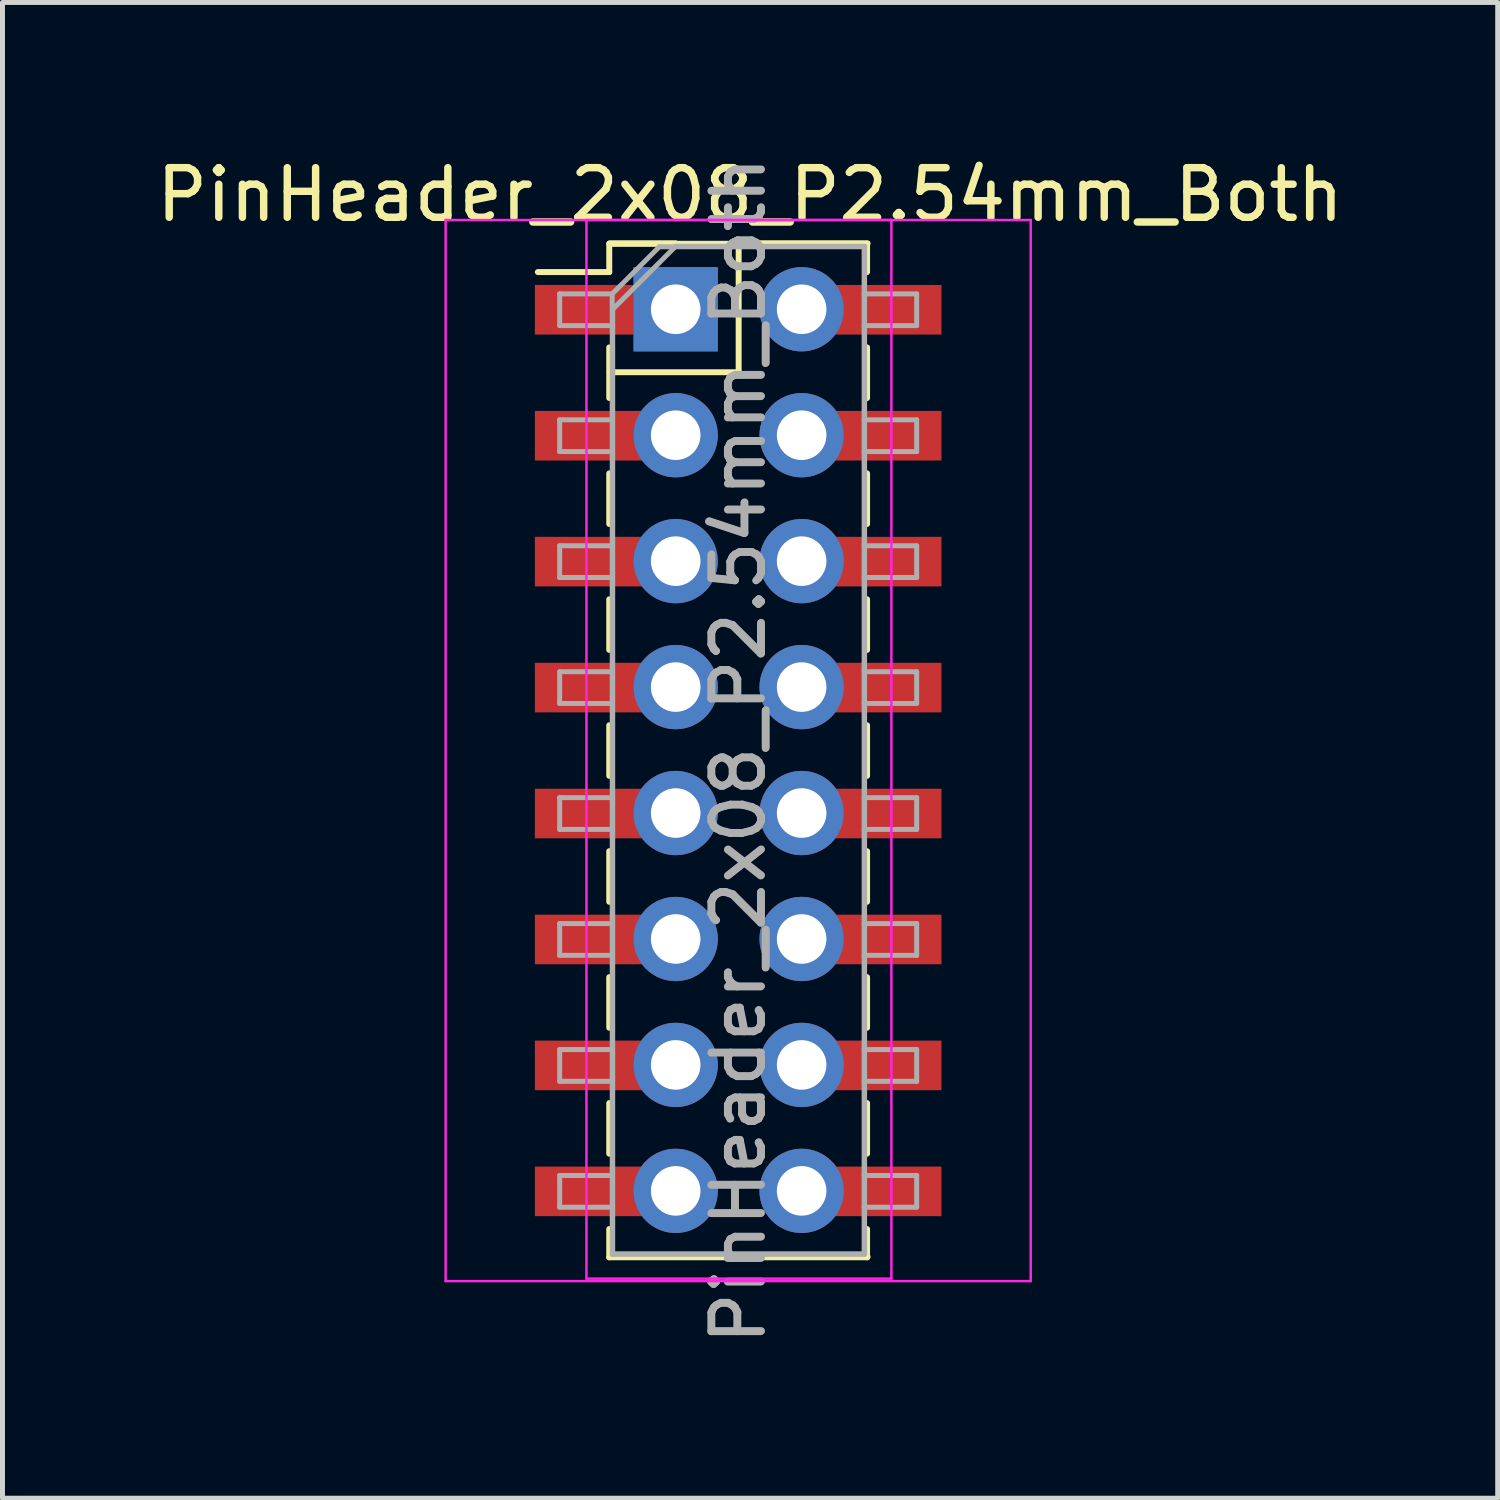
<source format=kicad_pcb>
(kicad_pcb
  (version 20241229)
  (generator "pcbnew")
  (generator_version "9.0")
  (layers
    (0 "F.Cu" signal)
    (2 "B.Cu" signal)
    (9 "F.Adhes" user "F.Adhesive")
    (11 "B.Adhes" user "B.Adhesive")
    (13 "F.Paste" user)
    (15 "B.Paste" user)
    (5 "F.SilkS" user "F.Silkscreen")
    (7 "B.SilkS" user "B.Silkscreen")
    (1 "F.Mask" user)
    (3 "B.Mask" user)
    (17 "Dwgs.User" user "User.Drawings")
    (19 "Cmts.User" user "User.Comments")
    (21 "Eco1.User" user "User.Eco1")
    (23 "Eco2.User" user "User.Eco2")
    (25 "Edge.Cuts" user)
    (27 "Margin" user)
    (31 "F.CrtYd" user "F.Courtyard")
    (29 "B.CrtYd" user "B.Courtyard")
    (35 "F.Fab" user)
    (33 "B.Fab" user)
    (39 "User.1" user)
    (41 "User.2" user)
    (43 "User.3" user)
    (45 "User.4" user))
  (footprint "PinHeader_2x08_P2.54mm_Both"
    (layer "F.Cu")
    (at 10.577 3.187)
    (property "Reference" "PinHeader_2x08_P2.54mm_Both" (at 1.5 -2.31 0) (layer "F.SilkS") (effects (font (size 1 1) (thickness 0.15))))
    (attr through_hole)
    (fp_line (start -2.78 -0.75) (end -1.34 -0.75) (stroke (width 0.12) (type solid)) (layer "F.SilkS"))
    (fp_line (start -1.34 -1.32) (end -1.34 -0.75) (stroke (width 0.12) (type solid)) (layer "F.SilkS"))
    (fp_line (start -1.34 -1.32) (end 3.86 -1.32) (stroke (width 0.12) (type solid)) (layer "F.SilkS"))
    (fp_line (start -1.34 0.77) (end -1.34 1.79) (stroke (width 0.12) (type solid)) (layer "F.SilkS"))
    (fp_line (start -1.34 3.31) (end -1.34 4.33) (stroke (width 0.12) (type solid)) (layer "F.SilkS"))
    (fp_line (start -1.34 5.85) (end -1.34 6.87) (stroke (width 0.12) (type solid)) (layer "F.SilkS"))
    (fp_line (start -1.34 8.39) (end -1.34 9.41) (stroke (width 0.12) (type solid)) (layer "F.SilkS"))
    (fp_line (start -1.34 10.93) (end -1.34 11.95) (stroke (width 0.12) (type solid)) (layer "F.SilkS"))
    (fp_line (start -1.34 13.47) (end -1.34 14.49) (stroke (width 0.12) (type solid)) (layer "F.SilkS"))
    (fp_line (start -1.34 16.01) (end -1.34 17.03) (stroke (width 0.12) (type solid)) (layer "F.SilkS"))
    (fp_line (start -1.34 18.55) (end -1.34 19.12) (stroke (width 0.12) (type solid)) (layer "F.SilkS"))
    (fp_line (start -1.34 19.12) (end 3.86 19.12) (stroke (width 0.12) (type solid)) (layer "F.SilkS"))
    (fp_line (start -1.33 -1.33) (end 0 -1.33) (stroke (width 0.12) (type solid)) (layer "F.SilkS"))
    (fp_line (start -1.33 1.27) (end 1.27 1.27) (stroke (width 0.12) (type solid)) (layer "F.SilkS"))
    (fp_line (start -1.33 19.11) (end 3.87 19.11) (stroke (width 0.12) (type solid)) (layer "F.SilkS"))
    (fp_line (start 1.27 -1.33) (end 3.87 -1.33) (stroke (width 0.12) (type solid)) (layer "F.SilkS"))
    (fp_line (start 1.27 1.27) (end 1.27 -1.33) (stroke (width 0.12) (type solid)) (layer "F.SilkS"))
    (fp_line (start 3.86 -1.32) (end 3.86 -0.75) (stroke (width 0.12) (type solid)) (layer "F.SilkS"))
    (fp_line (start 3.86 0.77) (end 3.86 1.79) (stroke (width 0.12) (type solid)) (layer "F.SilkS"))
    (fp_line (start 3.86 3.31) (end 3.86 4.33) (stroke (width 0.12) (type solid)) (layer "F.SilkS"))
    (fp_line (start 3.86 5.85) (end 3.86 6.87) (stroke (width 0.12) (type solid)) (layer "F.SilkS"))
    (fp_line (start 3.86 8.39) (end 3.86 9.41) (stroke (width 0.12) (type solid)) (layer "F.SilkS"))
    (fp_line (start 3.86 10.93) (end 3.86 11.95) (stroke (width 0.12) (type solid)) (layer "F.SilkS"))
    (fp_line (start 3.86 13.47) (end 3.86 14.49) (stroke (width 0.12) (type solid)) (layer "F.SilkS"))
    (fp_line (start 3.86 16.01) (end 3.86 17.03) (stroke (width 0.12) (type solid)) (layer "F.SilkS"))
    (fp_line (start 3.86 18.55) (end 3.86 19.12) (stroke (width 0.12) (type solid)) (layer "F.SilkS"))
    (fp_line (start -4.64 -1.8) (end -4.64 19.6) (stroke (width 0.05) (type solid)) (layer "F.CrtYd"))
    (fp_line (start -4.64 19.6) (end 7.16 19.6) (stroke (width 0.05) (type solid)) (layer "F.CrtYd"))
    (fp_line (start -1.8 -1.8) (end -1.8 19.55) (stroke (width 0.05) (type solid)) (layer "F.CrtYd"))
    (fp_line (start -1.8 19.55) (end 4.35 19.55) (stroke (width 0.05) (type solid)) (layer "F.CrtYd"))
    (fp_line (start 4.35 -1.8) (end -1.8 -1.8) (stroke (width 0.05) (type solid)) (layer "F.CrtYd"))
    (fp_line (start 4.35 19.55) (end 4.35 -1.8) (stroke (width 0.05) (type solid)) (layer "F.CrtYd"))
    (fp_line (start 7.16 -1.8) (end -4.64 -1.8) (stroke (width 0.05) (type solid)) (layer "F.CrtYd"))
    (fp_line (start 7.16 19.6) (end 7.16 -1.8) (stroke (width 0.05) (type solid)) (layer "F.CrtYd"))
    (fp_line (start -2.34 -0.31) (end -2.34 0.33) (stroke (width 0.1) (type solid)) (layer "F.Fab"))
    (fp_line (start -2.34 0.33) (end -1.28 0.33) (stroke (width 0.1) (type solid)) (layer "F.Fab"))
    (fp_line (start -2.34 2.23) (end -2.34 2.87) (stroke (width 0.1) (type solid)) (layer "F.Fab"))
    (fp_line (start -2.34 2.87) (end -1.28 2.87) (stroke (width 0.1) (type solid)) (layer "F.Fab"))
    (fp_line (start -2.34 4.77) (end -2.34 5.41) (stroke (width 0.1) (type solid)) (layer "F.Fab"))
    (fp_line (start -2.34 5.41) (end -1.28 5.41) (stroke (width 0.1) (type solid)) (layer "F.Fab"))
    (fp_line (start -2.34 7.31) (end -2.34 7.95) (stroke (width 0.1) (type solid)) (layer "F.Fab"))
    (fp_line (start -2.34 7.95) (end -1.28 7.95) (stroke (width 0.1) (type solid)) (layer "F.Fab"))
    (fp_line (start -2.34 9.85) (end -2.34 10.49) (stroke (width 0.1) (type solid)) (layer "F.Fab"))
    (fp_line (start -2.34 10.49) (end -1.28 10.49) (stroke (width 0.1) (type solid)) (layer "F.Fab"))
    (fp_line (start -2.34 12.39) (end -2.34 13.03) (stroke (width 0.1) (type solid)) (layer "F.Fab"))
    (fp_line (start -2.34 13.03) (end -1.28 13.03) (stroke (width 0.1) (type solid)) (layer "F.Fab"))
    (fp_line (start -2.34 14.93) (end -2.34 15.57) (stroke (width 0.1) (type solid)) (layer "F.Fab"))
    (fp_line (start -2.34 15.57) (end -1.28 15.57) (stroke (width 0.1) (type solid)) (layer "F.Fab"))
    (fp_line (start -2.34 17.47) (end -2.34 18.11) (stroke (width 0.1) (type solid)) (layer "F.Fab"))
    (fp_line (start -2.34 18.11) (end -1.28 18.11) (stroke (width 0.1) (type solid)) (layer "F.Fab"))
    (fp_line (start -1.28 -0.31) (end -2.34 -0.31) (stroke (width 0.1) (type solid)) (layer "F.Fab"))
    (fp_line (start -1.28 -0.31) (end -0.33 -1.26) (stroke (width 0.1) (type solid)) (layer "F.Fab"))
    (fp_line (start -1.28 2.23) (end -2.34 2.23) (stroke (width 0.1) (type solid)) (layer "F.Fab"))
    (fp_line (start -1.28 4.77) (end -2.34 4.77) (stroke (width 0.1) (type solid)) (layer "F.Fab"))
    (fp_line (start -1.28 7.31) (end -2.34 7.31) (stroke (width 0.1) (type solid)) (layer "F.Fab"))
    (fp_line (start -1.28 9.85) (end -2.34 9.85) (stroke (width 0.1) (type solid)) (layer "F.Fab"))
    (fp_line (start -1.28 12.39) (end -2.34 12.39) (stroke (width 0.1) (type solid)) (layer "F.Fab"))
    (fp_line (start -1.28 14.93) (end -2.34 14.93) (stroke (width 0.1) (type solid)) (layer "F.Fab"))
    (fp_line (start -1.28 17.47) (end -2.34 17.47) (stroke (width 0.1) (type solid)) (layer "F.Fab"))
    (fp_line (start -1.28 19.06) (end -1.28 -0.31) (stroke (width 0.1) (type solid)) (layer "F.Fab"))
    (fp_line (start -1.27 0) (end 0 -1.27) (stroke (width 0.1) (type solid)) (layer "F.Fab"))
    (fp_line (start -1.27 19.05) (end -1.27 0) (stroke (width 0.1) (type solid)) (layer "F.Fab"))
    (fp_line (start -0.33 -1.26) (end 3.8 -1.26) (stroke (width 0.1) (type solid)) (layer "F.Fab"))
    (fp_line (start 0 -1.27) (end 3.81 -1.27) (stroke (width 0.1) (type solid)) (layer "F.Fab"))
    (fp_line (start 3.8 -1.26) (end 3.8 19.06) (stroke (width 0.1) (type solid)) (layer "F.Fab"))
    (fp_line (start 3.8 -0.31) (end 4.86 -0.31) (stroke (width 0.1) (type solid)) (layer "F.Fab"))
    (fp_line (start 3.8 2.23) (end 4.86 2.23) (stroke (width 0.1) (type solid)) (layer "F.Fab"))
    (fp_line (start 3.8 4.77) (end 4.86 4.77) (stroke (width 0.1) (type solid)) (layer "F.Fab"))
    (fp_line (start 3.8 7.31) (end 4.86 7.31) (stroke (width 0.1) (type solid)) (layer "F.Fab"))
    (fp_line (start 3.8 9.85) (end 4.86 9.85) (stroke (width 0.1) (type solid)) (layer "F.Fab"))
    (fp_line (start 3.8 12.39) (end 4.86 12.39) (stroke (width 0.1) (type solid)) (layer "F.Fab"))
    (fp_line (start 3.8 14.93) (end 4.86 14.93) (stroke (width 0.1) (type solid)) (layer "F.Fab"))
    (fp_line (start 3.8 17.47) (end 4.86 17.47) (stroke (width 0.1) (type solid)) (layer "F.Fab"))
    (fp_line (start 3.8 19.06) (end -1.28 19.06) (stroke (width 0.1) (type solid)) (layer "F.Fab"))
    (fp_line (start 3.81 -1.27) (end 3.81 19.05) (stroke (width 0.1) (type solid)) (layer "F.Fab"))
    (fp_line (start 3.81 19.05) (end -1.27 19.05) (stroke (width 0.1) (type solid)) (layer "F.Fab"))
    (fp_line (start 4.86 -0.31) (end 4.86 0.33) (stroke (width 0.1) (type solid)) (layer "F.Fab"))
    (fp_line (start 4.86 0.33) (end 3.8 0.33) (stroke (width 0.1) (type solid)) (layer "F.Fab"))
    (fp_line (start 4.86 2.23) (end 4.86 2.87) (stroke (width 0.1) (type solid)) (layer "F.Fab"))
    (fp_line (start 4.86 2.87) (end 3.8 2.87) (stroke (width 0.1) (type solid)) (layer "F.Fab"))
    (fp_line (start 4.86 4.77) (end 4.86 5.41) (stroke (width 0.1) (type solid)) (layer "F.Fab"))
    (fp_line (start 4.86 5.41) (end 3.8 5.41) (stroke (width 0.1) (type solid)) (layer "F.Fab"))
    (fp_line (start 4.86 7.31) (end 4.86 7.95) (stroke (width 0.1) (type solid)) (layer "F.Fab"))
    (fp_line (start 4.86 7.95) (end 3.8 7.95) (stroke (width 0.1) (type solid)) (layer "F.Fab"))
    (fp_line (start 4.86 9.85) (end 4.86 10.49) (stroke (width 0.1) (type solid)) (layer "F.Fab"))
    (fp_line (start 4.86 10.49) (end 3.8 10.49) (stroke (width 0.1) (type solid)) (layer "F.Fab"))
    (fp_line (start 4.86 12.39) (end 4.86 13.03) (stroke (width 0.1) (type solid)) (layer "F.Fab"))
    (fp_line (start 4.86 13.03) (end 3.8 13.03) (stroke (width 0.1) (type solid)) (layer "F.Fab"))
    (fp_line (start 4.86 14.93) (end 4.86 15.57) (stroke (width 0.1) (type solid)) (layer "F.Fab"))
    (fp_line (start 4.86 15.57) (end 3.8 15.57) (stroke (width 0.1) (type solid)) (layer "F.Fab"))
    (fp_line (start 4.86 17.47) (end 4.86 18.11) (stroke (width 0.1) (type solid)) (layer "F.Fab"))
    (fp_line (start 4.86 18.11) (end 3.8 18.11) (stroke (width 0.1) (type solid)) (layer "F.Fab"))
    (fp_text user "${REFERENCE}" (at 1.26 8.9 90) (layer "F.Fab") (effects (font (size 1 1) (thickness 0.15))))
    (fp_text user "${REFERENCE}" (at 1.27 8.89 90) (layer "F.Fab") (effects (font (size 1 1) (thickness 0.15))))
    (pad "1" smd rect (at -1.265 0.01) (size 3.15 1) (layers "F.Cu" "F.Mask" "F.Paste"))
    (pad "1" thru_hole rect (at 0 0) (size 1.7 1.7) (drill 1) (layers "*.Cu" "*.Mask"))
    (pad "2" thru_hole oval (at 2.54 0) (size 1.7 1.7) (drill 1) (layers "*.Cu" "*.Mask"))
    (pad "2" smd rect (at 3.785 0.01) (size 3.15 1) (layers "F.Cu" "F.Mask" "F.Paste"))
    (pad "3" smd rect (at -1.265 2.55) (size 3.15 1) (layers "F.Cu" "F.Mask" "F.Paste"))
    (pad "3" thru_hole oval (at 0 2.54) (size 1.7 1.7) (drill 1) (layers "*.Cu" "*.Mask"))
    (pad "4" thru_hole oval (at 2.54 2.54) (size 1.7 1.7) (drill 1) (layers "*.Cu" "*.Mask"))
    (pad "4" smd rect (at 3.785 2.55) (size 3.15 1) (layers "F.Cu" "F.Mask" "F.Paste"))
    (pad "5" smd rect (at -1.265 5.09) (size 3.15 1) (layers "F.Cu" "F.Mask" "F.Paste"))
    (pad "5" thru_hole oval (at 0 5.08) (size 1.7 1.7) (drill 1) (layers "*.Cu" "*.Mask"))
    (pad "6" thru_hole oval (at 2.54 5.08) (size 1.7 1.7) (drill 1) (layers "*.Cu" "*.Mask"))
    (pad "6" smd rect (at 3.785 5.09) (size 3.15 1) (layers "F.Cu" "F.Mask" "F.Paste"))
    (pad "7" smd rect (at -1.265 7.63) (size 3.15 1) (layers "F.Cu" "F.Mask" "F.Paste"))
    (pad "7" thru_hole oval (at 0 7.62) (size 1.7 1.7) (drill 1) (layers "*.Cu" "*.Mask"))
    (pad "8" thru_hole oval (at 2.54 7.62) (size 1.7 1.7) (drill 1) (layers "*.Cu" "*.Mask"))
    (pad "8" smd rect (at 3.785 7.63) (size 3.15 1) (layers "F.Cu" "F.Mask" "F.Paste"))
    (pad "9" smd rect (at -1.265 10.17) (size 3.15 1) (layers "F.Cu" "F.Mask" "F.Paste"))
    (pad "9" thru_hole oval (at 0 10.16) (size 1.7 1.7) (drill 1) (layers "*.Cu" "*.Mask"))
    (pad "10" thru_hole oval (at 2.54 10.16) (size 1.7 1.7) (drill 1) (layers "*.Cu" "*.Mask"))
    (pad "10" smd rect (at 3.785 10.17) (size 3.15 1) (layers "F.Cu" "F.Mask" "F.Paste"))
    (pad "11" smd rect (at -1.265 12.71) (size 3.15 1) (layers "F.Cu" "F.Mask" "F.Paste"))
    (pad "11" thru_hole oval (at 0 12.7) (size 1.7 1.7) (drill 1) (layers "*.Cu" "*.Mask"))
    (pad "12" thru_hole oval (at 2.54 12.7) (size 1.7 1.7) (drill 1) (layers "*.Cu" "*.Mask"))
    (pad "12" smd rect (at 3.785 12.71) (size 3.15 1) (layers "F.Cu" "F.Mask" "F.Paste"))
    (pad "13" smd rect (at -1.265 15.25) (size 3.15 1) (layers "F.Cu" "F.Mask" "F.Paste"))
    (pad "13" thru_hole oval (at 0 15.24) (size 1.7 1.7) (drill 1) (layers "*.Cu" "*.Mask"))
    (pad "14" thru_hole oval (at 2.54 15.24) (size 1.7 1.7) (drill 1) (layers "*.Cu" "*.Mask"))
    (pad "14" smd rect (at 3.785 15.25) (size 3.15 1) (layers "F.Cu" "F.Mask" "F.Paste"))
    (pad "15" smd rect (at -1.265 17.79) (size 3.15 1) (layers "F.Cu" "F.Mask" "F.Paste"))
    (pad "15" thru_hole oval (at 0 17.78) (size 1.7 1.7) (drill 1) (layers "*.Cu" "*.Mask"))
    (pad "16" thru_hole oval (at 2.54 17.78) (size 1.7 1.7) (drill 1) (layers "*.Cu" "*.Mask"))
    (pad "16" smd rect (at 3.785 17.79) (size 3.15 1) (layers "F.Cu" "F.Mask" "F.Paste")))
  (gr_rect
    (start -3 -3)
    (end 27.155 27.165)
    (stroke (width 0.1) (type default))
    (fill no)
    (layer "Edge.Cuts")))
</source>
